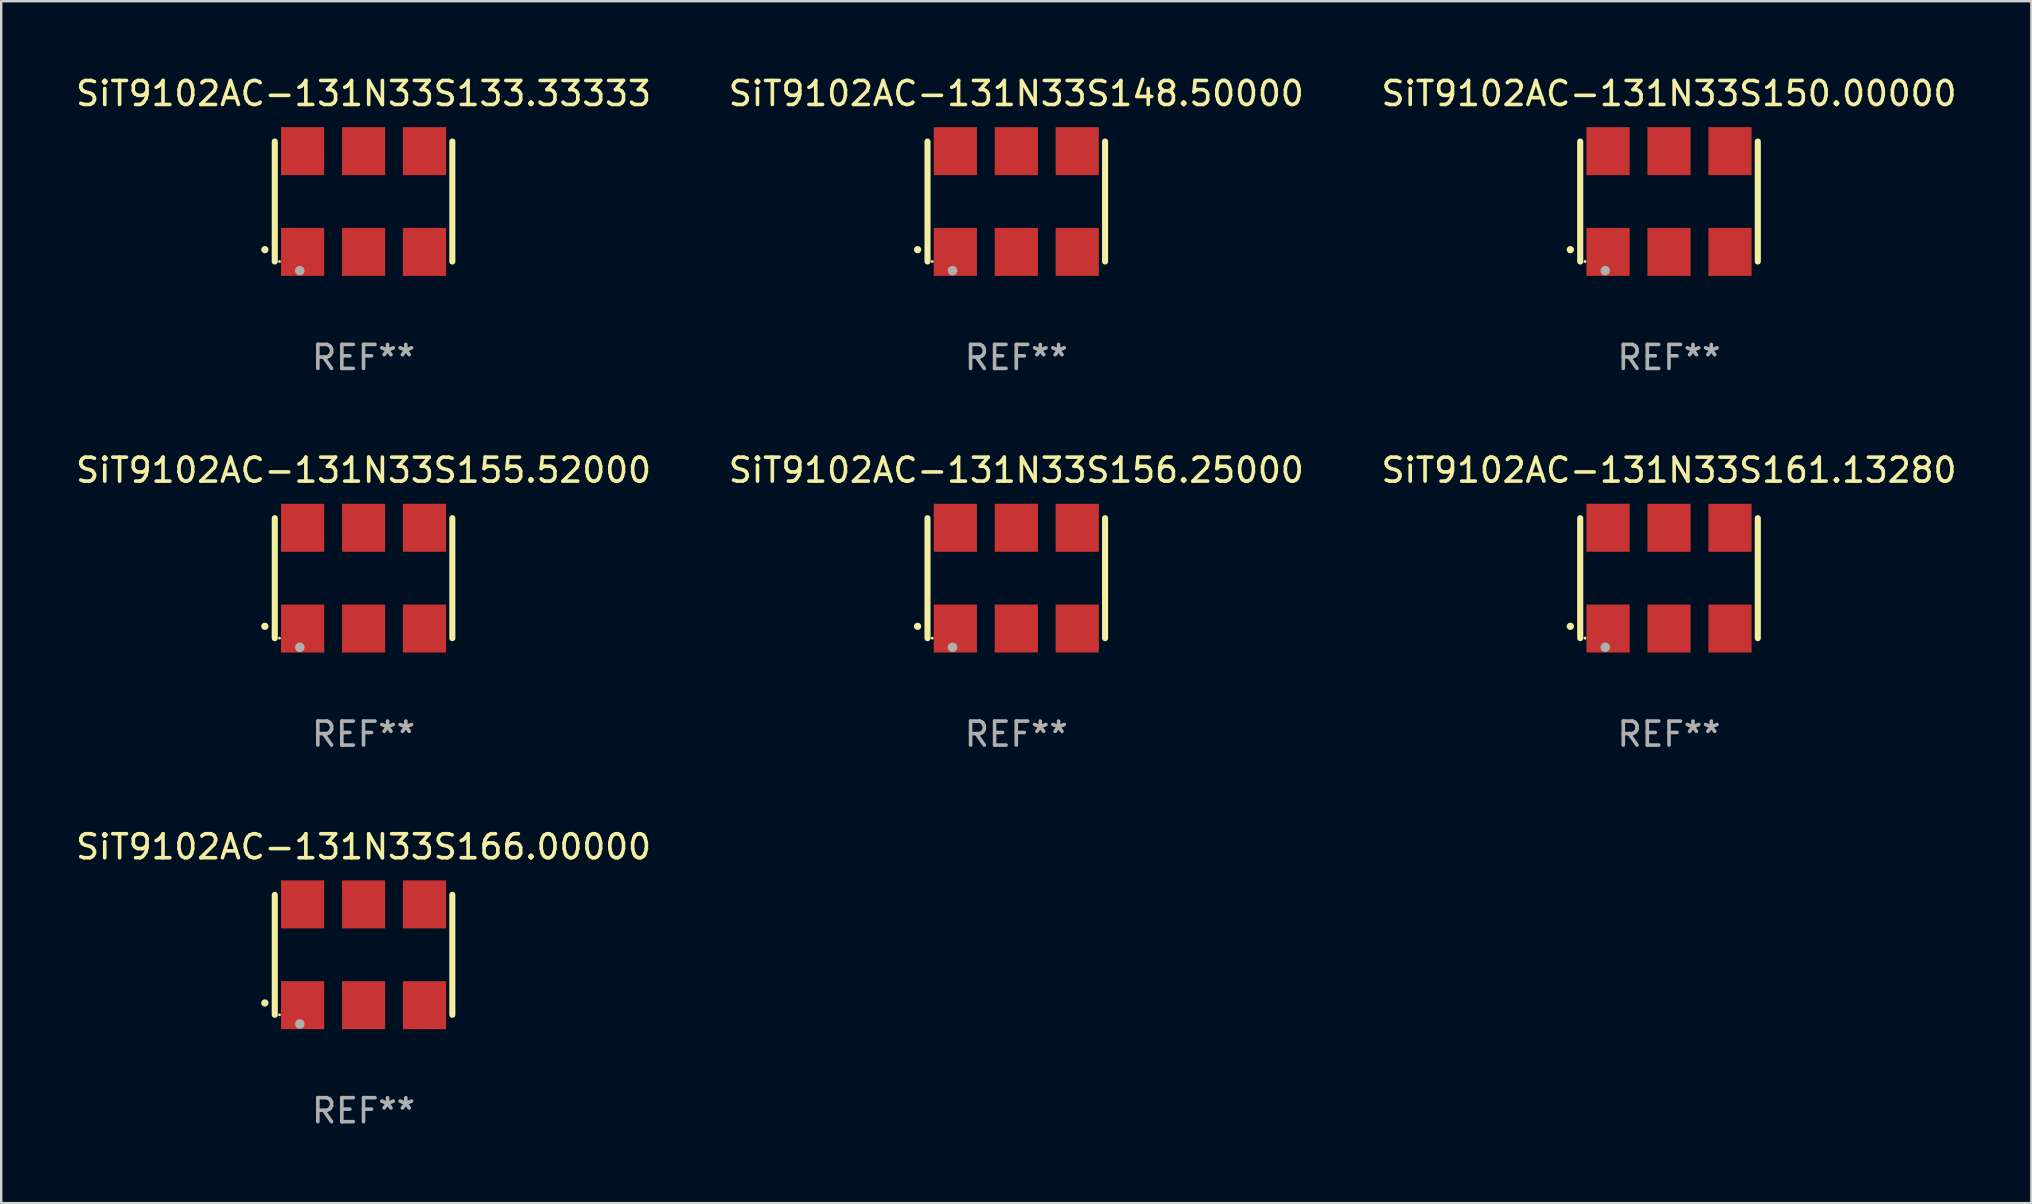
<source format=kicad_pcb>
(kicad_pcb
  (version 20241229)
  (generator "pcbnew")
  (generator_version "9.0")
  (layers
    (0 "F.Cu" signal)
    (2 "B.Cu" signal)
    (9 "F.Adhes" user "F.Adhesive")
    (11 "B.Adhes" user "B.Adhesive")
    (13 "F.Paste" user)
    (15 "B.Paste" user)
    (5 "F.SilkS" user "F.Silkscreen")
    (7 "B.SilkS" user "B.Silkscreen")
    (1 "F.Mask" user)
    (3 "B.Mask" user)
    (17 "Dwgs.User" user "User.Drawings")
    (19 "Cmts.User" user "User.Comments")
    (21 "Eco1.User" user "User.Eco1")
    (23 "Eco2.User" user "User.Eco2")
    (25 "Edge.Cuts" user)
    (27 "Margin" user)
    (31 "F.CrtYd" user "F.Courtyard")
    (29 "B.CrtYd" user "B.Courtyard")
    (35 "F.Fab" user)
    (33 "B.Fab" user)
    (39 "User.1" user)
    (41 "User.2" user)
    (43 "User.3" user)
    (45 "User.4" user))
  (footprint "SiT9102AC-131N33S155.52000"
    (layer "F.Cu")
    (at 12.101 21.045)
    (property "Reference" "SiT9102AC-131N33S155.52000" (at 0 -4.5 0) (layer "F.SilkS") (effects (font (size 1 1) (thickness 0.15))))
    (attr through_hole)
    (fp_line (start -3.7 -2.5) (end -3.7 2.5) (stroke (width 0.254) (type solid)) (layer "F.SilkS"))
    (fp_line (start 3.7 -2.5) (end 3.7 2.5) (stroke (width 0.254) (type solid)) (layer "F.SilkS"))
    (fp_arc (start -4.114415 2.006604) (mid -4.113145 2.006599) (end -4.111875 2.006604) (stroke (width 0.3) (type solid)) (layer "F.SilkS"))
    (fp_circle (center -3.502 2.5) (end -3.472 2.5) (stroke (width 0.06) (type solid)) (fill no) (layer "F.SilkS"))
    (fp_circle (center -2.657 2.882) (end -2.557 2.882) (stroke (width 0.2) (type solid)) (fill no) (layer "F.Fab"))
    (fp_text user "REF**" (at 0 6.5 0) (layer "F.Fab") (effects (font (size 1 1) (thickness 0.15))))
    (pad "1" smd rect (at -2.54 2.1) (size 1.8 2) (layers "F.Cu" "F.Mask" "F.Paste"))
    (pad "2" smd rect (at 0.000394 2.1) (size 1.8 2) (layers "F.Cu" "F.Mask" "F.Paste"))
    (pad "3" smd rect (at 2.54 2.1) (size 1.8 2) (layers "F.Cu" "F.Mask" "F.Paste"))
    (pad "4" smd rect (at 2.54 -2.1) (size 1.8 2) (layers "F.Cu" "F.Mask" "F.Paste"))
    (pad "5" smd rect (at 0.000394 -2.1) (size 1.8 2) (layers "F.Cu" "F.Mask" "F.Paste"))
    (pad "6" smd rect (at -2.54 -2.1) (size 1.8 2) (layers "F.Cu" "F.Mask" "F.Paste")))
  (footprint "SiT9102AC-131N33S150.00000"
    (layer "F.Cu")
    (at 66.506 5.348)
    (property "Reference" "SiT9102AC-131N33S150.00000" (at 0 -4.5 0) (layer "F.SilkS") (effects (font (size 1 1) (thickness 0.15))))
    (attr through_hole)
    (fp_line (start -3.7 -2.5) (end -3.7 2.5) (stroke (width 0.254) (type solid)) (layer "F.SilkS"))
    (fp_line (start 3.7 -2.5) (end 3.7 2.5) (stroke (width 0.254) (type solid)) (layer "F.SilkS"))
    (fp_arc (start -4.114415 2.006604) (mid -4.113145 2.006599) (end -4.111875 2.006604) (stroke (width 0.3) (type solid)) (layer "F.SilkS"))
    (fp_circle (center -3.502 2.5) (end -3.472 2.5) (stroke (width 0.06) (type solid)) (fill no) (layer "F.SilkS"))
    (fp_circle (center -2.657 2.882) (end -2.557 2.882) (stroke (width 0.2) (type solid)) (fill no) (layer "F.Fab"))
    (fp_text user "REF**" (at 0 6.5 0) (layer "F.Fab") (effects (font (size 1 1) (thickness 0.15))))
    (pad "1" smd rect (at -2.54 2.1) (size 1.8 2) (layers "F.Cu" "F.Mask" "F.Paste"))
    (pad "2" smd rect (at 0.000394 2.1) (size 1.8 2) (layers "F.Cu" "F.Mask" "F.Paste"))
    (pad "3" smd rect (at 2.54 2.1) (size 1.8 2) (layers "F.Cu" "F.Mask" "F.Paste"))
    (pad "4" smd rect (at 2.54 -2.1) (size 1.8 2) (layers "F.Cu" "F.Mask" "F.Paste"))
    (pad "5" smd rect (at 0.000394 -2.1) (size 1.8 2) (layers "F.Cu" "F.Mask" "F.Paste"))
    (pad "6" smd rect (at -2.54 -2.1) (size 1.8 2) (layers "F.Cu" "F.Mask" "F.Paste")))
  (footprint "SiT9102AC-131N33S133.33333"
    (layer "F.Cu")
    (at 12.101 5.348)
    (property "Reference" "SiT9102AC-131N33S133.33333" (at 0 -4.5 0) (layer "F.SilkS") (effects (font (size 1 1) (thickness 0.15))))
    (attr through_hole)
    (fp_line (start -3.7 -2.5) (end -3.7 2.5) (stroke (width 0.254) (type solid)) (layer "F.SilkS"))
    (fp_line (start 3.7 -2.5) (end 3.7 2.5) (stroke (width 0.254) (type solid)) (layer "F.SilkS"))
    (fp_arc (start -4.114415 2.006604) (mid -4.113145 2.006599) (end -4.111875 2.006604) (stroke (width 0.3) (type solid)) (layer "F.SilkS"))
    (fp_circle (center -3.502 2.5) (end -3.472 2.5) (stroke (width 0.06) (type solid)) (fill no) (layer "F.SilkS"))
    (fp_circle (center -2.657 2.882) (end -2.557 2.882) (stroke (width 0.2) (type solid)) (fill no) (layer "F.Fab"))
    (fp_text user "REF**" (at 0 6.5 0) (layer "F.Fab") (effects (font (size 1 1) (thickness 0.15))))
    (pad "1" smd rect (at -2.54 2.1) (size 1.8 2) (layers "F.Cu" "F.Mask" "F.Paste"))
    (pad "2" smd rect (at 0.000394 2.1) (size 1.8 2) (layers "F.Cu" "F.Mask" "F.Paste"))
    (pad "3" smd rect (at 2.54 2.1) (size 1.8 2) (layers "F.Cu" "F.Mask" "F.Paste"))
    (pad "4" smd rect (at 2.54 -2.1) (size 1.8 2) (layers "F.Cu" "F.Mask" "F.Paste"))
    (pad "5" smd rect (at 0.000394 -2.1) (size 1.8 2) (layers "F.Cu" "F.Mask" "F.Paste"))
    (pad "6" smd rect (at -2.54 -2.1) (size 1.8 2) (layers "F.Cu" "F.Mask" "F.Paste")))
  (footprint "SiT9102AC-131N33S148.50000"
    (layer "F.Cu")
    (at 39.304 5.348)
    (property "Reference" "SiT9102AC-131N33S148.50000" (at 0 -4.5 0) (layer "F.SilkS") (effects (font (size 1 1) (thickness 0.15))))
    (attr through_hole)
    (fp_line (start -3.7 -2.5) (end -3.7 2.5) (stroke (width 0.254) (type solid)) (layer "F.SilkS"))
    (fp_line (start 3.7 -2.5) (end 3.7 2.5) (stroke (width 0.254) (type solid)) (layer "F.SilkS"))
    (fp_arc (start -4.114415 2.006604) (mid -4.113145 2.006599) (end -4.111875 2.006604) (stroke (width 0.3) (type solid)) (layer "F.SilkS"))
    (fp_circle (center -3.502 2.5) (end -3.472 2.5) (stroke (width 0.06) (type solid)) (fill no) (layer "F.SilkS"))
    (fp_circle (center -2.657 2.882) (end -2.557 2.882) (stroke (width 0.2) (type solid)) (fill no) (layer "F.Fab"))
    (fp_text user "REF**" (at 0 6.5 0) (layer "F.Fab") (effects (font (size 1 1) (thickness 0.15))))
    (pad "1" smd rect (at -2.54 2.1) (size 1.8 2) (layers "F.Cu" "F.Mask" "F.Paste"))
    (pad "2" smd rect (at 0.000394 2.1) (size 1.8 2) (layers "F.Cu" "F.Mask" "F.Paste"))
    (pad "3" smd rect (at 2.54 2.1) (size 1.8 2) (layers "F.Cu" "F.Mask" "F.Paste"))
    (pad "4" smd rect (at 2.54 -2.1) (size 1.8 2) (layers "F.Cu" "F.Mask" "F.Paste"))
    (pad "5" smd rect (at 0.000394 -2.1) (size 1.8 2) (layers "F.Cu" "F.Mask" "F.Paste"))
    (pad "6" smd rect (at -2.54 -2.1) (size 1.8 2) (layers "F.Cu" "F.Mask" "F.Paste")))
  (footprint "SiT9102AC-131N33S166.00000"
    (layer "F.Cu")
    (at 12.101 36.741)
    (property "Reference" "SiT9102AC-131N33S166.00000" (at 0 -4.5 0) (layer "F.SilkS") (effects (font (size 1 1) (thickness 0.15))))
    (attr through_hole)
    (fp_line (start -3.7 -2.5) (end -3.7 2.5) (stroke (width 0.254) (type solid)) (layer "F.SilkS"))
    (fp_line (start 3.7 -2.5) (end 3.7 2.5) (stroke (width 0.254) (type solid)) (layer "F.SilkS"))
    (fp_arc (start -4.114415 2.006604) (mid -4.113145 2.006599) (end -4.111875 2.006604) (stroke (width 0.3) (type solid)) (layer "F.SilkS"))
    (fp_circle (center -3.502 2.5) (end -3.472 2.5) (stroke (width 0.06) (type solid)) (fill no) (layer "F.SilkS"))
    (fp_circle (center -2.657 2.882) (end -2.557 2.882) (stroke (width 0.2) (type solid)) (fill no) (layer "F.Fab"))
    (fp_text user "REF**" (at 0 6.5 0) (layer "F.Fab") (effects (font (size 1 1) (thickness 0.15))))
    (pad "1" smd rect (at -2.54 2.1) (size 1.8 2) (layers "F.Cu" "F.Mask" "F.Paste"))
    (pad "2" smd rect (at 0.000394 2.1) (size 1.8 2) (layers "F.Cu" "F.Mask" "F.Paste"))
    (pad "3" smd rect (at 2.54 2.1) (size 1.8 2) (layers "F.Cu" "F.Mask" "F.Paste"))
    (pad "4" smd rect (at 2.54 -2.1) (size 1.8 2) (layers "F.Cu" "F.Mask" "F.Paste"))
    (pad "5" smd rect (at 0.000394 -2.1) (size 1.8 2) (layers "F.Cu" "F.Mask" "F.Paste"))
    (pad "6" smd rect (at -2.54 -2.1) (size 1.8 2) (layers "F.Cu" "F.Mask" "F.Paste")))
  (footprint "SiT9102AC-131N33S156.25000"
    (layer "F.Cu")
    (at 39.304 21.045)
    (property "Reference" "SiT9102AC-131N33S156.25000" (at 0 -4.5 0) (layer "F.SilkS") (effects (font (size 1 1) (thickness 0.15))))
    (attr through_hole)
    (fp_line (start -3.7 -2.5) (end -3.7 2.5) (stroke (width 0.254) (type solid)) (layer "F.SilkS"))
    (fp_line (start 3.7 -2.5) (end 3.7 2.5) (stroke (width 0.254) (type solid)) (layer "F.SilkS"))
    (fp_arc (start -4.114415 2.006604) (mid -4.113145 2.006599) (end -4.111875 2.006604) (stroke (width 0.3) (type solid)) (layer "F.SilkS"))
    (fp_circle (center -3.502 2.5) (end -3.472 2.5) (stroke (width 0.06) (type solid)) (fill no) (layer "F.SilkS"))
    (fp_circle (center -2.657 2.882) (end -2.557 2.882) (stroke (width 0.2) (type solid)) (fill no) (layer "F.Fab"))
    (fp_text user "REF**" (at 0 6.5 0) (layer "F.Fab") (effects (font (size 1 1) (thickness 0.15))))
    (pad "1" smd rect (at -2.54 2.1) (size 1.8 2) (layers "F.Cu" "F.Mask" "F.Paste"))
    (pad "2" smd rect (at 0.000394 2.1) (size 1.8 2) (layers "F.Cu" "F.Mask" "F.Paste"))
    (pad "3" smd rect (at 2.54 2.1) (size 1.8 2) (layers "F.Cu" "F.Mask" "F.Paste"))
    (pad "4" smd rect (at 2.54 -2.1) (size 1.8 2) (layers "F.Cu" "F.Mask" "F.Paste"))
    (pad "5" smd rect (at 0.000394 -2.1) (size 1.8 2) (layers "F.Cu" "F.Mask" "F.Paste"))
    (pad "6" smd rect (at -2.54 -2.1) (size 1.8 2) (layers "F.Cu" "F.Mask" "F.Paste")))
  (footprint "SiT9102AC-131N33S161.13280"
    (layer "F.Cu")
    (at 66.506 21.045)
    (property "Reference" "SiT9102AC-131N33S161.13280" (at 0 -4.5 0) (layer "F.SilkS") (effects (font (size 1 1) (thickness 0.15))))
    (attr through_hole)
    (fp_line (start -3.7 -2.5) (end -3.7 2.5) (stroke (width 0.254) (type solid)) (layer "F.SilkS"))
    (fp_line (start 3.7 -2.5) (end 3.7 2.5) (stroke (width 0.254) (type solid)) (layer "F.SilkS"))
    (fp_arc (start -4.114415 2.006604) (mid -4.113145 2.006599) (end -4.111875 2.006604) (stroke (width 0.3) (type solid)) (layer "F.SilkS"))
    (fp_circle (center -3.502 2.5) (end -3.472 2.5) (stroke (width 0.06) (type solid)) (fill no) (layer "F.SilkS"))
    (fp_circle (center -2.657 2.882) (end -2.557 2.882) (stroke (width 0.2) (type solid)) (fill no) (layer "F.Fab"))
    (fp_text user "REF**" (at 0 6.5 0) (layer "F.Fab") (effects (font (size 1 1) (thickness 0.15))))
    (pad "1" smd rect (at -2.54 2.1) (size 1.8 2) (layers "F.Cu" "F.Mask" "F.Paste"))
    (pad "2" smd rect (at 0.000394 2.1) (size 1.8 2) (layers "F.Cu" "F.Mask" "F.Paste"))
    (pad "3" smd rect (at 2.54 2.1) (size 1.8 2) (layers "F.Cu" "F.Mask" "F.Paste"))
    (pad "4" smd rect (at 2.54 -2.1) (size 1.8 2) (layers "F.Cu" "F.Mask" "F.Paste"))
    (pad "5" smd rect (at 0.000394 -2.1) (size 1.8 2) (layers "F.Cu" "F.Mask" "F.Paste"))
    (pad "6" smd rect (at -2.54 -2.1) (size 1.8 2) (layers "F.Cu" "F.Mask" "F.Paste")))
  (gr_rect
    (start -3 -3)
    (end 81.607 47.09)
    (stroke (width 0.1) (type default))
    (fill no)
    (layer "Edge.Cuts")))
</source>
